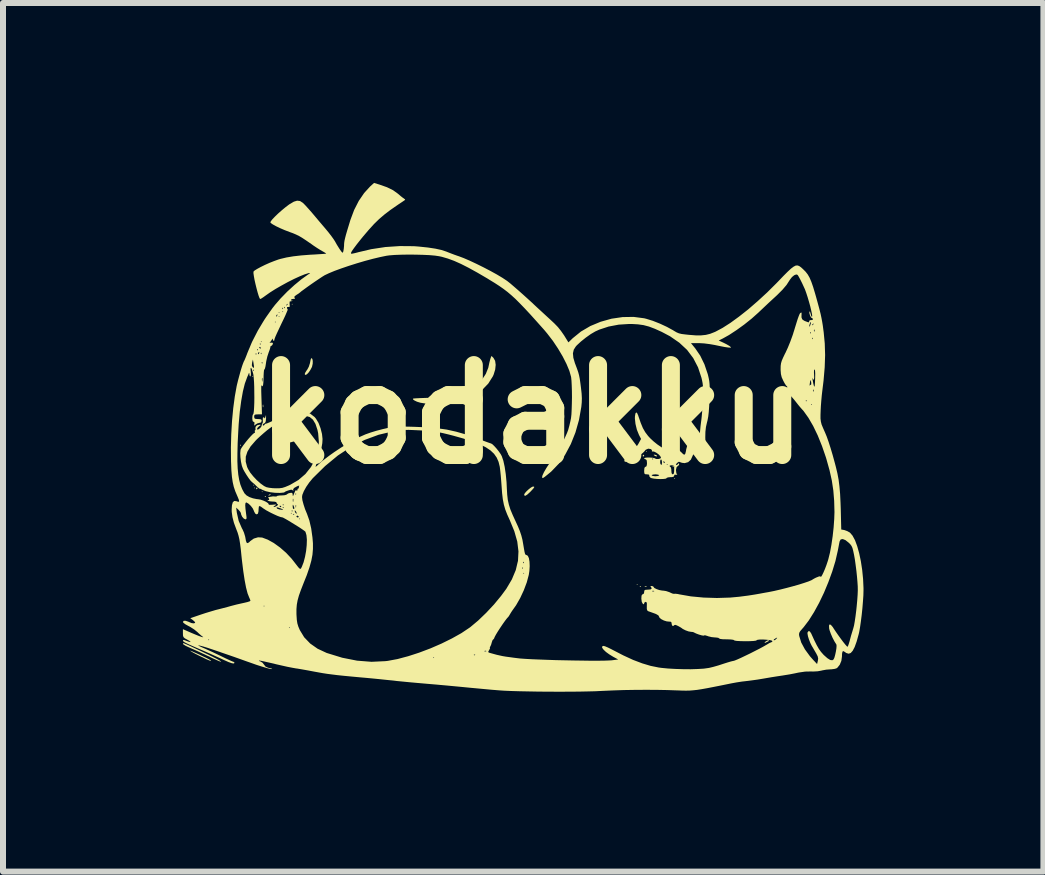
<source format=kicad_pcb>
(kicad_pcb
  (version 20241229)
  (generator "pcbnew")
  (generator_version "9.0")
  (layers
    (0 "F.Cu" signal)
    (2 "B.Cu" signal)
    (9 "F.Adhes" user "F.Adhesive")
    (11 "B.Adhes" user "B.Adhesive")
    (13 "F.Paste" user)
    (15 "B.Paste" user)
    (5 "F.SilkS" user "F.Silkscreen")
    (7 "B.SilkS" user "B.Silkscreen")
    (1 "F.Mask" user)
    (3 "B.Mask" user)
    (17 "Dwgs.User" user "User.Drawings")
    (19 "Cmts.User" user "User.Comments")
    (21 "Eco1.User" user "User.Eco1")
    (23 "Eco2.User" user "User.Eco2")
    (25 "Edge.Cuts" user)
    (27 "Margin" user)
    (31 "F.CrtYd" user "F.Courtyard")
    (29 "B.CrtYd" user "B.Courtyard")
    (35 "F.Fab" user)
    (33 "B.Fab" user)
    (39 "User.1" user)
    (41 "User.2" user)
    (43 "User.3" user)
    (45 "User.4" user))
  (footprint "kodakku"
    (layer "F.Cu")
    (at 5.815 3.859)
    (property "Reference" "kodakku" (at 0 0 0) (layer "F.SilkS") (effects (font (size 1.5 1.5) (thickness 0.3))))
    (attr board_only exclude_from_pos_files exclude_from_bom)
    (fp_poly (pts (xy -4.642 -0.633) (xy -4.65 -0.625) (xy -4.658 -0.633) (xy -4.65 -0.641)) (stroke (width 0) (type solid)) (fill yes) (layer "F.SilkS"))
    (fp_poly (pts (xy -4.627 1.18) (xy -4.635 1.188) (xy -4.642 1.18) (xy -4.635 1.172)) (stroke (width 0) (type solid)) (fill yes) (layer "F.SilkS"))
    (fp_poly (pts (xy -4.611 1.227) (xy -4.619 1.235) (xy -4.627 1.227) (xy -4.619 1.219)) (stroke (width 0) (type solid)) (fill yes) (layer "F.SilkS"))
    (fp_poly (pts (xy -4.486 1.29) (xy -4.494 1.297) (xy -4.502 1.29) (xy -4.494 1.282)) (stroke (width 0) (type solid)) (fill yes) (layer "F.SilkS"))
    (fp_poly (pts (xy -3.986 -1.837) (xy -3.994 -1.829) (xy -4.001 -1.837) (xy -3.994 -1.844)) (stroke (width 0) (type solid)) (fill yes) (layer "F.SilkS"))
    (fp_poly (pts (xy 1.766 2.837) (xy 1.758 2.845) (xy 1.751 2.837) (xy 1.758 2.829)) (stroke (width 0) (type solid)) (fill yes) (layer "F.SilkS"))
    (fp_poly (pts (xy 1.923 0.617) (xy 1.915 0.625) (xy 1.907 0.617) (xy 1.915 0.61)) (stroke (width 0) (type solid)) (fill yes) (layer "F.SilkS"))
    (fp_poly (pts (xy 2.392 1.071) (xy 2.384 1.079) (xy 2.376 1.071) (xy 2.384 1.063)) (stroke (width 0) (type solid)) (fill yes) (layer "F.SilkS"))
    (fp_poly (pts (xy -4.851 0.505) (xy -4.849 0.524) (xy -4.851 0.526) (xy -4.86 0.524) (xy -4.861 0.516) (xy -4.855 0.503)) (stroke (width 0) (type solid)) (fill yes) (layer "F.SilkS"))
    (fp_poly (pts (xy -4.476 -0.16) (xy -4.474 -0.128) (xy -4.476 -0.121) (xy -4.481 -0.119) (xy -4.484 -0.141) (xy -4.481 -0.163)) (stroke (width 0) (type solid)) (fill yes) (layer "F.SilkS"))
    (fp_poly (pts (xy -4.429 1.365) (xy -4.431 1.374) (xy -4.439 1.376) (xy -4.452 1.37) (xy -4.45 1.365) (xy -4.431 1.363)) (stroke (width 0) (type solid)) (fill yes) (layer "F.SilkS"))
    (fp_poly (pts (xy 1.824 2.866) (xy 1.821 2.875) (xy 1.813 2.876) (xy 1.8 2.87) (xy 1.803 2.866) (xy 1.821 2.864)) (stroke (width 0) (type solid)) (fill yes) (layer "F.SilkS"))
    (fp_poly (pts (xy 1.918 2.867) (xy 1.914 2.874) (xy 1.898 2.875) (xy 1.881 2.871) (xy 1.888 2.865) (xy 1.913 2.864)) (stroke (width 0) (type solid)) (fill yes) (layer "F.SilkS"))
    (fp_poly (pts (xy 2.371 0.865) (xy 2.369 0.874) (xy 2.36 0.875) (xy 2.347 0.87) (xy 2.35 0.865) (xy 2.368 0.863)) (stroke (width 0) (type solid)) (fill yes) (layer "F.SilkS"))
    (fp_poly (pts (xy -4.353 1.332) (xy -4.357 1.343) (xy -4.372 1.351) (xy -4.39 1.356) (xy -4.383 1.344) (xy -4.381 1.342) (xy -4.36 1.33)) (stroke (width 0) (type solid)) (fill yes) (layer "F.SilkS"))
    (fp_poly (pts (xy -4.57 1.229) (xy -4.572 1.235) (xy -4.586 1.25) (xy -4.589 1.25) (xy -4.595 1.238) (xy -4.595 1.235) (xy -4.583 1.22) (xy -4.579 1.219)) (stroke (width 0) (type solid)) (fill yes) (layer "F.SilkS"))
    (fp_poly (pts (xy 1.876 0.684) (xy 1.876 0.688) (xy 1.864 0.703) (xy 1.859 0.703) (xy 1.85 0.694) (xy 1.852 0.688) (xy 1.866 0.673) (xy 1.869 0.672)) (stroke (width 0) (type solid)) (fill yes) (layer "F.SilkS"))
    (fp_poly (pts (xy 2.079 0.68) (xy 2.087 0.688) (xy 2.088 0.702) (xy 2.069 0.699) (xy 2.048 0.688) (xy 2.033 0.676) (xy 2.047 0.672) (xy 2.051 0.672)) (stroke (width 0) (type solid)) (fill yes) (layer "F.SilkS"))
    (fp_poly (pts (xy 3.962 3.771) (xy 3.946 3.784) (xy 3.933 3.791) (xy 3.895 3.809) (xy 3.881 3.812) (xy 3.891 3.798) (xy 3.898 3.79) (xy 3.93 3.771) (xy 3.95 3.767)) (stroke (width 0) (type solid)) (fill yes) (layer "F.SilkS"))
    (fp_poly (pts (xy -2.87 0.737) (xy -2.847 0.757) (xy -2.845 0.766) (xy -2.857 0.779) (xy -2.894 0.774) (xy -2.923 0.764) (xy -2.949 0.751) (xy -2.948 0.741) (xy -2.935 0.733) (xy -2.903 0.728)) (stroke (width 0) (type solid)) (fill yes) (layer "F.SilkS"))
    (fp_poly (pts (xy -2.235 0.537) (xy -2.246 0.56) (xy -2.271 0.59) (xy -2.299 0.615) (xy -2.319 0.625) (xy -2.32 0.613) (xy -2.309 0.584) (xy -2.307 0.58) (xy -2.284 0.547) (xy -2.26 0.527) (xy -2.241 0.523)) (stroke (width 0) (type solid)) (fill yes) (layer "F.SilkS"))
    (fp_poly (pts (xy 0.041 1.206) (xy 0.043 1.215) (xy 0.028 1.237) (xy -0.006 1.274) (xy -0.021 1.29) (xy -0.072 1.337) (xy -0.105 1.358) (xy -0.123 1.352) (xy -0.125 1.338) (xy -0.114 1.315) (xy -0.085 1.282) (xy -0.047 1.247) (xy -0.01 1.219) (xy 0.019 1.204) (xy 0.023 1.204)) (stroke (width 0) (type solid)) (fill yes) (layer "F.SilkS"))
    (fp_poly (pts (xy -5.675 3.946) (xy -5.635 3.963) (xy -5.581 3.987) (xy -5.52 4.016) (xy -5.459 4.045) (xy -5.405 4.071) (xy -5.366 4.092) (xy -5.348 4.104) (xy -5.346 4.112) (xy -5.371 4.105) (xy -5.423 4.083) (xy -5.502 4.045) (xy -5.541 4.026) (xy -5.605 3.994) (xy -5.655 3.967) (xy -5.686 3.948) (xy -5.695 3.94) (xy -5.694 3.94)) (stroke (width 0) (type solid)) (fill yes) (layer "F.SilkS"))
    (fp_poly (pts (xy -3.657 -0.924) (xy -3.65 -0.89) (xy -3.651 -0.845) (xy -3.661 -0.799) (xy -3.665 -0.787) (xy -3.69 -0.74) (xy -3.718 -0.699) (xy -3.746 -0.67) (xy -3.768 -0.657) (xy -3.781 -0.664) (xy -3.783 -0.675) (xy -3.774 -0.698) (xy -3.752 -0.733) (xy -3.743 -0.744) (xy -3.716 -0.794) (xy -3.697 -0.853) (xy -3.694 -0.867) (xy -3.686 -0.909) (xy -3.677 -0.934) (xy -3.672 -0.938)) (stroke (width 0) (type solid)) (fill yes) (layer "F.SilkS"))
    (fp_poly (pts (xy -5.79 3.82) (xy -5.748 3.838) (xy -5.689 3.865) (xy -5.617 3.899) (xy -5.538 3.936) (xy -5.457 3.975) (xy -5.38 4.012) (xy -5.311 4.047) (xy -5.255 4.075) (xy -5.218 4.095) (xy -5.213 4.098) (xy -5.182 4.118) (xy -5.178 4.125) (xy -5.199 4.12) (xy -5.242 4.102) (xy -5.307 4.073) (xy -5.346 4.054) (xy -5.429 4.015) (xy -5.499 3.982) (xy -5.564 3.952) (xy -5.638 3.919) (xy -5.717 3.884) (xy -5.766 3.861) (xy -5.801 3.84) (xy -5.815 3.828) (xy -5.815 3.827) (xy -5.809 3.814) (xy -5.808 3.814)) (stroke (width 0) (type solid)) (fill yes) (layer "F.SilkS"))
    (fp_poly (pts (xy -0.636 -0.94) (xy -0.609 -0.892) (xy -0.6 -0.826) (xy -0.608 -0.748) (xy -0.633 -0.666) (xy -0.646 -0.636) (xy -0.723 -0.514) (xy -0.825 -0.408) (xy -0.949 -0.319) (xy -1.092 -0.25) (xy -1.25 -0.203) (xy -1.255 -0.202) (xy -1.351 -0.187) (xy -1.461 -0.178) (xy -1.577 -0.174) (xy -1.688 -0.175) (xy -1.786 -0.183) (xy -1.856 -0.194) (xy -1.912 -0.211) (xy -1.954 -0.231) (xy -1.978 -0.249) (xy -1.979 -0.262) (xy -1.961 -0.265) (xy -1.918 -0.268) (xy -1.854 -0.271) (xy -1.774 -0.274) (xy -1.702 -0.276) (xy -1.534 -0.283) (xy -1.392 -0.298) (xy -1.268 -0.321) (xy -1.159 -0.353) (xy -1.057 -0.396) (xy -1.007 -0.422) (xy -0.911 -0.49) (xy -0.829 -0.577) (xy -0.764 -0.676) (xy -0.723 -0.779) (xy -0.717 -0.807) (xy -0.705 -0.864) (xy -0.692 -0.914) (xy -0.685 -0.937) (xy -0.67 -0.974)) (stroke (width 0) (type solid)) (fill yes) (layer "F.SilkS"))
    (fp_poly (pts (xy -2.537 -3.831) (xy -2.412 -3.787) (xy -2.312 -3.738) (xy -2.234 -3.682) (xy -2.228 -3.677) (xy -2.186 -3.641) (xy -2.149 -3.612) (xy -2.133 -3.601) (xy -2.112 -3.585) (xy -2.11 -3.576) (xy -2.126 -3.565) (xy -2.161 -3.541) (xy -2.211 -3.508) (xy -2.243 -3.486) (xy -2.357 -3.407) (xy -2.455 -3.332) (xy -2.544 -3.256) (xy -2.629 -3.173) (xy -2.717 -3.076) (xy -2.815 -2.961) (xy -2.845 -2.924) (xy -2.915 -2.836) (xy -2.965 -2.769) (xy -2.998 -2.722) (xy -3.013 -2.692) (xy -3.012 -2.679) (xy -2.994 -2.679) (xy -2.955 -2.687) (xy -2.902 -2.7) (xy -2.897 -2.702) (xy -2.676 -2.754) (xy -2.439 -2.79) (xy -2.198 -2.806) (xy -1.963 -2.804) (xy -1.884 -2.798) (xy -1.731 -2.782) (xy -1.606 -2.763) (xy -1.505 -2.741) (xy -1.423 -2.714) (xy -1.406 -2.707) (xy -1.355 -2.687) (xy -1.289 -2.662) (xy -1.221 -2.638) (xy -1.219 -2.638) (xy -1.134 -2.606) (xy -1.032 -2.562) (xy -0.919 -2.509) (xy -0.802 -2.451) (xy -0.687 -2.391) (xy -0.58 -2.332) (xy -0.488 -2.277) (xy -0.417 -2.23) (xy -0.406 -2.222) (xy -0.36 -2.186) (xy -0.297 -2.132) (xy -0.222 -2.067) (xy -0.142 -1.996) (xy -0.06 -1.922) (xy 0.017 -1.852) (xy 0.031 -1.838) (xy 0.092 -1.781) (xy 0.165 -1.714) (xy 0.242 -1.643) (xy 0.303 -1.587) (xy 0.378 -1.517) (xy 0.438 -1.455) (xy 0.489 -1.391) (xy 0.54 -1.318) (xy 0.585 -1.245) (xy 0.613 -1.2) (xy 0.685 -1.27) (xy 0.822 -1.381) (xy 0.979 -1.473) (xy 1.15 -1.544) (xy 1.332 -1.595) (xy 1.517 -1.622) (xy 1.7 -1.625) (xy 1.876 -1.602) (xy 1.912 -1.593) (xy 2.019 -1.56) (xy 2.138 -1.513) (xy 2.256 -1.458) (xy 2.36 -1.401) (xy 2.379 -1.389) (xy 2.417 -1.367) (xy 2.455 -1.351) (xy 2.501 -1.34) (xy 2.565 -1.332) (xy 2.621 -1.326) (xy 2.735 -1.317) (xy 2.826 -1.317) (xy 2.904 -1.325) (xy 2.976 -1.343) (xy 3.05 -1.372) (xy 3.068 -1.38) (xy 3.184 -1.442) (xy 3.315 -1.526) (xy 3.458 -1.63) (xy 3.61 -1.75) (xy 3.767 -1.886) (xy 3.926 -2.032) (xy 4.083 -2.188) (xy 4.111 -2.217) (xy 4.199 -2.309) (xy 4.269 -2.379) (xy 4.324 -2.43) (xy 4.368 -2.463) (xy 4.403 -2.481) (xy 4.433 -2.483) (xy 4.461 -2.473) (xy 4.491 -2.452) (xy 4.525 -2.421) (xy 4.527 -2.419) (xy 4.568 -2.378) (xy 4.603 -2.333) (xy 4.634 -2.279) (xy 4.663 -2.211) (xy 4.693 -2.125) (xy 4.726 -2.015) (xy 4.742 -1.959) (xy 4.774 -1.843) (xy 4.799 -1.75) (xy 4.818 -1.674) (xy 4.832 -1.608) (xy 4.844 -1.544) (xy 4.855 -1.477) (xy 4.865 -1.399) (xy 4.869 -1.371) (xy 4.887 -1.183) (xy 4.893 -0.989) (xy 4.886 -0.785) (xy 4.867 -0.563) (xy 4.845 -0.383) (xy 4.837 -0.313) (xy 4.829 -0.225) (xy 4.822 -0.133) (xy 4.819 -0.074) (xy 4.816 0.008) (xy 4.816 0.069) (xy 4.822 0.119) (xy 4.834 0.168) (xy 4.857 0.224) (xy 4.89 0.299) (xy 4.894 0.308) (xy 4.92 0.371) (xy 4.951 0.459) (xy 4.985 0.565) (xy 5.02 0.683) (xy 5.054 0.807) (xy 5.072 0.875) (xy 5.098 0.984) (xy 5.118 1.091) (xy 5.132 1.203) (xy 5.143 1.327) (xy 5.15 1.471) (xy 5.154 1.581) (xy 5.162 1.92) (xy 5.213 1.929) (xy 5.263 1.947) (xy 5.307 1.972) (xy 5.35 2.022) (xy 5.391 2.098) (xy 5.428 2.198) (xy 5.461 2.316) (xy 5.489 2.449) (xy 5.511 2.593) (xy 5.526 2.744) (xy 5.533 2.896) (xy 5.533 2.937) (xy 5.531 3.019) (xy 5.524 3.118) (xy 5.515 3.229) (xy 5.503 3.344) (xy 5.489 3.454) (xy 5.475 3.552) (xy 5.461 3.631) (xy 5.453 3.665) (xy 5.419 3.787) (xy 5.386 3.879) (xy 5.353 3.942) (xy 5.32 3.979) (xy 5.285 3.991) (xy 5.246 3.979) (xy 5.219 3.96) (xy 5.196 3.947) (xy 5.182 3.957) (xy 5.175 3.994) (xy 5.174 4.037) (xy 5.164 4.11) (xy 5.137 4.175) (xy 5.098 4.224) (xy 5.08 4.236) (xy 5.047 4.245) (xy 4.998 4.251) (xy 4.976 4.252) (xy 4.911 4.257) (xy 4.845 4.269) (xy 4.83 4.273) (xy 4.769 4.284) (xy 4.694 4.288) (xy 4.658 4.287) (xy 4.561 4.289) (xy 4.459 4.304) (xy 4.447 4.306) (xy 4.381 4.32) (xy 4.298 4.336) (xy 4.212 4.35) (xy 4.181 4.355) (xy 4.094 4.368) (xy 3.993 4.384) (xy 3.894 4.401) (xy 3.853 4.408) (xy 3.769 4.422) (xy 3.683 4.434) (xy 3.607 4.444) (xy 3.572 4.448) (xy 3.503 4.456) (xy 3.419 4.469) (xy 3.337 4.484) (xy 3.322 4.487) (xy 3.165 4.519) (xy 3.034 4.545) (xy 2.926 4.566) (xy 2.836 4.582) (xy 2.76 4.594) (xy 2.693 4.601) (xy 2.631 4.606) (xy 2.571 4.607) (xy 2.508 4.606) (xy 2.438 4.603) (xy 2.399 4.602) (xy 2.258 4.597) (xy 2.093 4.594) (xy 1.913 4.593) (xy 1.725 4.594) (xy 1.539 4.597) (xy 1.361 4.603) (xy 1.2 4.61) (xy 1.157 4.612) (xy 1.056 4.617) (xy 0.932 4.62) (xy 0.788 4.623) (xy 0.63 4.624) (xy 0.463 4.625) (xy 0.292 4.624) (xy 0.121 4.623) (xy -0.043 4.62) (xy -0.197 4.617) (xy -0.336 4.613) (xy -0.453 4.608) (xy -0.545 4.602) (xy -0.555 4.601) (xy -0.666 4.592) (xy -0.795 4.58) (xy -0.925 4.568) (xy -1.043 4.557) (xy -1.063 4.555) (xy -1.176 4.544) (xy -1.303 4.532) (xy -1.43 4.52) (xy -1.543 4.51) (xy -1.563 4.508) (xy -1.75 4.492) (xy -1.91 4.478) (xy -2.044 4.466) (xy -2.156 4.455) (xy -2.249 4.446) (xy -2.313 4.438) (xy -2.366 4.433) (xy -2.444 4.425) (xy -2.54 4.415) (xy -2.651 4.404) (xy -2.768 4.393) (xy -2.86 4.385) (xy -3.011 4.371) (xy -3.136 4.359) (xy -3.241 4.348) (xy -3.329 4.337) (xy -3.407 4.327) (xy -3.479 4.316) (xy -3.552 4.303) (xy -3.629 4.289) (xy -3.65 4.285) (xy -3.735 4.269) (xy -3.825 4.253) (xy -3.907 4.239) (xy -3.931 4.236) (xy -3.992 4.225) (xy -4.074 4.209) (xy -4.167 4.188) (xy -4.264 4.166) (xy -4.298 4.157) (xy -4.381 4.138) (xy -4.452 4.122) (xy -4.507 4.11) (xy -4.54 4.105) (xy -4.548 4.105) (xy -4.541 4.114) (xy -4.52 4.121) (xy -4.488 4.141) (xy -4.462 4.174) (xy -4.437 4.206) (xy -4.395 4.225) (xy -4.373 4.23) (xy -4.339 4.238) (xy -4.327 4.245) (xy -4.331 4.247) (xy -4.359 4.245) (xy -4.413 4.231) (xy -4.491 4.208) (xy -4.59 4.176) (xy -4.706 4.135) (xy -4.752 4.119) (xy -4.802 4.101) (xy -4.875 4.075) (xy -4.965 4.043) (xy -5.066 4.008) (xy -5.171 3.972) (xy -5.204 3.96) (xy -5.317 3.922) (xy -5.41 3.891) (xy -5.482 3.869) (xy -5.532 3.856) (xy -5.557 3.851) (xy -5.557 3.856) (xy -5.53 3.87) (xy -5.475 3.895) (xy -5.462 3.9) (xy -5.404 3.926) (xy -5.329 3.96) (xy -5.245 4) (xy -5.169 4.036) (xy -5.1 4.07) (xy -5.039 4.098) (xy -4.995 4.118) (xy -4.972 4.126) (xy -4.97 4.127) (xy -4.956 4.139) (xy -4.955 4.144) (xy -4.966 4.154) (xy -4.998 4.15) (xy -5.055 4.13) (xy -5.136 4.094) (xy -5.174 4.076) (xy -5.246 4.043) (xy -5.334 4.003) (xy -5.424 3.963) (xy -5.479 3.939) (xy -5.586 3.893) (xy -5.668 3.857) (xy -5.728 3.83) (xy -5.769 3.81) (xy -5.795 3.796) (xy -5.809 3.785) (xy -5.814 3.776) (xy -5.815 3.773) (xy -5.808 3.762) (xy -5.784 3.766) (xy -5.76 3.776) (xy -5.712 3.793) (xy -5.689 3.797) (xy -5.692 3.788) (xy -5.722 3.768) (xy -5.739 3.759) (xy -5.393 3.759) (xy -5.385 3.767) (xy -5.377 3.759) (xy -5.385 3.751) (xy -5.393 3.759) (xy -5.739 3.759) (xy -5.74 3.758) (xy -5.784 3.734) (xy -5.806 3.713) (xy -5.814 3.686) (xy -5.815 3.651) (xy -5.815 3.582) (xy -5.678 3.642) (xy -5.606 3.672) (xy -5.546 3.696) (xy -5.503 3.711) (xy -5.479 3.717) (xy -5.478 3.712) (xy -5.486 3.707) (xy -5.51 3.688) (xy -5.547 3.656) (xy -5.575 3.629) (xy -5.628 3.586) (xy -5.675 3.556) (xy -4.048 3.556) (xy -4.041 3.564) (xy -4.033 3.556) (xy -4.041 3.548) (xy -4.048 3.556) (xy -5.675 3.556) (xy -5.692 3.545) (xy -5.728 3.526) (xy -5.773 3.501) (xy -5.805 3.477) (xy -5.815 3.462) (xy -5.803 3.443) (xy -5.771 3.442) (xy -5.723 3.458) (xy -5.715 3.462) (xy -5.671 3.48) (xy -5.634 3.485) (xy -5.613 3.478) (xy -5.611 3.471) (xy -5.623 3.453) (xy -5.651 3.429) (xy -5.652 3.428) (xy -5.692 3.399) (xy -5.523 3.341) (xy -5.438 3.313) (xy -5.349 3.286) (xy -5.268 3.262) (xy -5.228 3.252) (xy -5.208 3.247) (xy -3.922 3.247) (xy -3.922 3.327) (xy -3.921 3.347) (xy -3.916 3.426) (xy -3.907 3.485) (xy -3.891 3.538) (xy -3.866 3.597) (xy -3.793 3.717) (xy -3.693 3.821) (xy -3.569 3.908) (xy -3.423 3.976) (xy -3.416 3.979) (xy -3.159 4.058) (xy -2.911 4.107) (xy -2.671 4.126) (xy -2.438 4.115) (xy -2.397 4.11) (xy -2.236 4.08) (xy -2.147 4.056) (xy -1.641 4.056) (xy -1.633 4.064) (xy -1.626 4.056) (xy -1.633 4.048) (xy -1.641 4.056) (xy -2.147 4.056) (xy -2.06 4.033) (xy -1.979 4.007) (xy -0.964 4.007) (xy -0.962 4.016) (xy -0.953 4.017) (xy -0.941 4.011) (xy -0.943 4.007) (xy -0.962 4.005) (xy -0.964 4.007) (xy -1.979 4.007) (xy -1.875 3.973) (xy -1.817 3.951) (xy -0.79 3.951) (xy -0.775 3.953) (xy -0.755 3.95) (xy -0.755 3.945) (xy -0.775 3.941) (xy -0.784 3.944) (xy -0.79 3.951) (xy -1.817 3.951) (xy -1.687 3.902) (xy -1.503 3.822) (xy -1.329 3.736) (xy -1.172 3.648) (xy -1.039 3.559) (xy -1.021 3.546) (xy -0.892 3.438) (xy -0.758 3.309) (xy -0.628 3.17) (xy -0.51 3.027) (xy -0.423 2.909) (xy -0.33 2.752) (xy -0.287 2.649) (xy -0.141 2.649) (xy -0.133 2.657) (xy -0.125 2.649) (xy -0.133 2.642) (xy -0.141 2.649) (xy -0.287 2.649) (xy -0.265 2.597) (xy -0.257 2.563) (xy -0.156 2.563) (xy -0.151 2.576) (xy -0.146 2.574) (xy -0.144 2.555) (xy -0.146 2.553) (xy -0.155 2.555) (xy -0.156 2.563) (xy -0.257 2.563) (xy -0.235 2.47) (xy -0.141 2.47) (xy -0.135 2.483) (xy -0.13 2.48) (xy -0.128 2.462) (xy -0.13 2.459) (xy -0.14 2.461) (xy -0.141 2.47) (xy -0.235 2.47) (xy -0.228 2.443) (xy -0.22 2.285) (xy -0.24 2.121) (xy -0.289 1.949) (xy -0.364 1.766) (xy -0.408 1.669) (xy -0.441 1.584) (xy -0.464 1.503) (xy -0.481 1.415) (xy -0.493 1.314) (xy -0.501 1.204) (xy -0.508 1.111) (xy -0.515 1.023) (xy -0.523 0.945) (xy -0.53 0.888) (xy -0.532 0.873) (xy -0.552 0.792) (xy -0.583 0.721) (xy -0.627 0.658) (xy -0.687 0.601) (xy -0.765 0.549) (xy -0.863 0.5) (xy -0.985 0.452) (xy -1.132 0.405) (xy -1.306 0.356) (xy -1.383 0.336) (xy -1.479 0.313) (xy -1.562 0.296) (xy -1.643 0.284) (xy -1.733 0.275) (xy -1.842 0.268) (xy -1.865 0.267) (xy -1.97 0.262) (xy -2.051 0.259) (xy -2.118 0.26) (xy -2.179 0.264) (xy -2.242 0.272) (xy -2.31 0.283) (xy -2.551 0.34) (xy -2.784 0.426) (xy -3.011 0.541) (xy -3.231 0.686) (xy -3.444 0.862) (xy -3.65 1.065) (xy -3.708 1.135) (xy -3.759 1.209) (xy -3.799 1.281) (xy -3.824 1.343) (xy -3.829 1.378) (xy -3.823 1.431) (xy -3.804 1.502) (xy -3.778 1.582) (xy -3.746 1.659) (xy -3.707 1.769) (xy -3.676 1.903) (xy -3.655 2.054) (xy -3.647 2.149) (xy -3.647 2.245) (xy -3.655 2.34) (xy -3.674 2.44) (xy -3.705 2.551) (xy -3.749 2.679) (xy -3.803 2.814) (xy -3.848 2.929) (xy -3.881 3.022) (xy -3.903 3.102) (xy -3.916 3.174) (xy -3.922 3.247) (xy -5.208 3.247) (xy -5.15 3.232) (xy -5.066 3.21) (xy -5.017 3.196) (xy -4.47 3.196) (xy -4.463 3.204) (xy -4.455 3.196) (xy -4.463 3.189) (xy -4.47 3.196) (xy -5.017 3.196) (xy -4.994 3.19) (xy -4.921 3.171) (xy -4.842 3.153) (xy -4.787 3.141) (xy -4.737 3.129) (xy -4.701 3.117) (xy -4.689 3.108) (xy -4.696 3.085) (xy -4.711 3.051) (xy -4.737 2.985) (xy -4.762 2.889) (xy -4.786 2.764) (xy -4.809 2.612) (xy -4.831 2.433) (xy -4.838 2.368) (xy -4.85 2.249) (xy -4.862 2.156) (xy -4.874 2.082) (xy -4.888 2.022) (xy -4.904 1.969) (xy -4.922 1.923) (xy -4.964 1.81) (xy -4.989 1.714) (xy -5.001 1.627) (xy -5.002 1.591) (xy -5 1.555) (xy -4.927 1.555) (xy -4.916 1.641) (xy -4.885 1.777) (xy -4.831 1.901) (xy -4.823 1.914) (xy -4.797 1.972) (xy -4.778 2.035) (xy -4.775 2.049) (xy -4.764 2.11) (xy -4.751 2.142) (xy -4.733 2.147) (xy -4.707 2.129) (xy -4.693 2.114) (xy -4.633 2.071) (xy -4.562 2.05) (xy -4.494 2.054) (xy -4.401 2.089) (xy -4.3 2.145) (xy -4.196 2.22) (xy -4.095 2.308) (xy -4.004 2.405) (xy -3.97 2.448) (xy -3.922 2.51) (xy -3.89 2.551) (xy -3.869 2.572) (xy -3.856 2.577) (xy -3.846 2.569) (xy -3.836 2.549) (xy -3.833 2.544) (xy -3.803 2.467) (xy -3.779 2.376) (xy -3.761 2.278) (xy -3.751 2.181) (xy -3.748 2.091) (xy -3.755 2.015) (xy -3.771 1.961) (xy -3.774 1.955) (xy -3.791 1.941) (xy -3.828 1.915) (xy -3.879 1.881) (xy -3.94 1.843) (xy -4.002 1.805) (xy -4.061 1.769) (xy -4.106 1.743) (xy -3.876 1.743) (xy -3.869 1.751) (xy -3.861 1.743) (xy -3.869 1.735) (xy -3.876 1.743) (xy -4.106 1.743) (xy -4.11 1.741) (xy -4.143 1.723) (xy -4.153 1.719) (xy -4.186 1.712) (xy -4.208 1.704) (xy -3.923 1.704) (xy -3.911 1.717) (xy -3.899 1.719) (xy -3.883 1.712) (xy -3.884 1.704) (xy -3.904 1.689) (xy -3.909 1.688) (xy -3.923 1.7) (xy -3.923 1.704) (xy -4.208 1.704) (xy -4.238 1.693) (xy -4.3 1.665) (xy -4.306 1.662) (xy -3.981 1.662) (xy -3.978 1.671) (xy -3.97 1.672) (xy -3.957 1.667) (xy -3.96 1.662) (xy -3.978 1.66) (xy -3.981 1.662) (xy -4.306 1.662) (xy -4.333 1.649) (xy -4.017 1.649) (xy -4.009 1.657) (xy -4.001 1.649) (xy -4.009 1.641) (xy -4.017 1.649) (xy -4.333 1.649) (xy -4.365 1.633) (xy -4.407 1.61) (xy -4.001 1.61) (xy -3.996 1.623) (xy -3.991 1.62) (xy -3.991 1.618) (xy -3.95 1.618) (xy -3.938 1.643) (xy -3.923 1.657) (xy -3.922 1.657) (xy -3.918 1.646) (xy -3.927 1.626) (xy -3.943 1.604) (xy -3.95 1.601) (xy -3.95 1.618) (xy -3.991 1.618) (xy -3.989 1.602) (xy -3.991 1.6) (xy -4 1.602) (xy -4.001 1.61) (xy -4.407 1.61) (xy -4.424 1.601) (xy -4.469 1.572) (xy -4.483 1.562) (xy -4.252 1.562) (xy -4.252 1.562) (xy -4.237 1.576) (xy -4.198 1.587) (xy -4.15 1.592) (xy -4.144 1.588) (xy -4.163 1.578) (xy -4.181 1.57) (xy -4.224 1.555) (xy -4.233 1.553) (xy -4.153 1.553) (xy -4.15 1.562) (xy -4.142 1.563) (xy -4.129 1.557) (xy -4.132 1.553) (xy -4.15 1.551) (xy -4.153 1.553) (xy -4.233 1.553) (xy -4.244 1.549) (xy -4.251 1.552) (xy -4.252 1.562) (xy -4.483 1.562) (xy -4.513 1.54) (xy -4.537 1.528) (xy -4.549 1.539) (xy -4.553 1.576) (xy -4.555 1.618) (xy -4.564 1.655) (xy -4.584 1.668) (xy -4.608 1.656) (xy -4.628 1.62) (xy -4.631 1.61) (xy -4.65 1.569) (xy -4.682 1.527) (xy -4.719 1.491) (xy -4.752 1.471) (xy -4.762 1.469) (xy -4.772 1.48) (xy -4.776 1.515) (xy -4.772 1.575) (xy -4.761 1.663) (xy -4.76 1.669) (xy -4.754 1.717) (xy -4.756 1.742) (xy -4.767 1.75) (xy -4.772 1.751) (xy -4.8 1.738) (xy -4.827 1.707) (xy -4.844 1.67) (xy -4.846 1.656) (xy -4.856 1.629) (xy -4.883 1.597) (xy -4.886 1.593) (xy -4.927 1.555) (xy -5 1.555) (xy -4.997 1.514) (xy -4.983 1.465) (xy -4.959 1.444) (xy -4.923 1.448) (xy -4.918 1.45) (xy -4.89 1.459) (xy -4.878 1.452) (xy -4.882 1.426) (xy -4.902 1.376) (xy -4.909 1.36) (xy -4.942 1.283) (xy -4.967 1.208) (xy -4.985 1.129) (xy -4.998 1.04) (xy -5.007 0.934) (xy -5.012 0.805) (xy -5.013 0.782) (xy -4.907 0.782) (xy -4.902 0.902) (xy -4.892 1.005) (xy -4.877 1.093) (xy -4.857 1.17) (xy -4.83 1.239) (xy -4.819 1.262) (xy -4.789 1.316) (xy -4.755 1.351) (xy -4.707 1.379) (xy -4.647 1.4) (xy -4.584 1.413) (xy -4.563 1.415) (xy -4.521 1.422) (xy -4.474 1.438) (xy -4.43 1.458) (xy -4.398 1.479) (xy -4.383 1.498) (xy -4.386 1.504) (xy -4.377 1.508) (xy -4.346 1.508) (xy -4.319 1.507) (xy -4.275 1.503) (xy -4.259 1.505) (xy -4.266 1.513) (xy -4.283 1.523) (xy -4.304 1.539) (xy -4.3 1.546) (xy -4.298 1.546) (xy -4.268 1.537) (xy -4.257 1.531) (xy -4.205 1.531) (xy -4.193 1.547) (xy -4.189 1.547) (xy -4.174 1.542) (xy -4.173 1.541) (xy -4.177 1.536) (xy -3.985 1.536) (xy -3.981 1.567) (xy -3.97 1.579) (xy -3.956 1.57) (xy -3.956 1.567) (xy -3.962 1.544) (xy -3.967 1.532) (xy -3.936 1.532) (xy -3.934 1.554) (xy -3.929 1.551) (xy -3.927 1.519) (xy -3.929 1.512) (xy -3.934 1.51) (xy -3.936 1.532) (xy -3.967 1.532) (xy -3.97 1.524) (xy -3.98 1.505) (xy -3.984 1.514) (xy -3.985 1.536) (xy -4.177 1.536) (xy -4.184 1.527) (xy -4.189 1.524) (xy -4.203 1.525) (xy -4.205 1.531) (xy -4.257 1.531) (xy -4.245 1.524) (xy -4.228 1.507) (xy -4.229 1.506) (xy -4.153 1.506) (xy -4.15 1.515) (xy -4.142 1.516) (xy -4.129 1.51) (xy -4.132 1.506) (xy -4.15 1.504) (xy -4.153 1.506) (xy -4.229 1.506) (xy -4.233 1.501) (xy -4.249 1.488) (xy -4.252 1.477) (xy -4.261 1.462) (xy -4.293 1.455) (xy -4.321 1.454) (xy -4.366 1.45) (xy -4.396 1.44) (xy -4.402 1.436) (xy -4.402 1.43) (xy -3.983 1.43) (xy -3.981 1.457) (xy -3.976 1.459) (xy -3.976 1.458) (xy -3.973 1.427) (xy -3.975 1.411) (xy -3.98 1.405) (xy -3.983 1.425) (xy -3.983 1.43) (xy -4.402 1.43) (xy -4.403 1.425) (xy -4.395 1.429) (xy -4.379 1.427) (xy -4.377 1.416) (xy -4.387 1.393) (xy -4.396 1.39) (xy -4.396 1.385) (xy -4.372 1.377) (xy -4.361 1.375) (xy -4.316 1.368) (xy -4.281 1.369) (xy -4.279 1.369) (xy -4.256 1.371) (xy -4.252 1.365) (xy -4.237 1.358) (xy -4.201 1.353) (xy -4.173 1.352) (xy -4.125 1.349) (xy -4.092 1.341) (xy -4.083 1.335) (xy -4.06 1.319) (xy -4.029 1.31) (xy -3.998 1.308) (xy -3.986 1.323) (xy -3.985 1.343) (xy -3.982 1.362) (xy -3.976 1.357) (xy -3.964 1.329) (xy -3.939 1.329) (xy -3.933 1.341) (xy -3.929 1.339) (xy -3.927 1.32) (xy -3.929 1.318) (xy -3.938 1.32) (xy -3.939 1.329) (xy -3.964 1.329) (xy -3.963 1.325) (xy -3.959 1.315) (xy -3.942 1.275) (xy -3.929 1.262) (xy -3.922 1.268) (xy -3.911 1.279) (xy -3.908 1.262) (xy -3.899 1.239) (xy -3.889 1.235) (xy -3.879 1.229) (xy -3.882 1.225) (xy -3.882 1.206) (xy -3.875 1.194) (xy -3.877 1.188) (xy -3.901 1.195) (xy -3.922 1.205) (xy -3.962 1.228) (xy -3.977 1.25) (xy -3.976 1.262) (xy -3.972 1.279) (xy -3.982 1.269) (xy -3.997 1.257) (xy -4.022 1.258) (xy -4.062 1.27) (xy -4.1 1.284) (xy -4.12 1.296) (xy -4.12 1.298) (xy -4.131 1.303) (xy -4.165 1.307) (xy -4.201 1.31) (xy -4.279 1.308) (xy -4.361 1.298) (xy -4.434 1.281) (xy -4.489 1.259) (xy -4.497 1.255) (xy -4.523 1.241) (xy -4.533 1.241) (xy -4.543 1.236) (xy -4.568 1.215) (xy -4.589 1.196) (xy -4.625 1.161) (xy -4.655 1.136) (xy -4.664 1.129) (xy -4.686 1.107) (xy -4.718 1.065) (xy -4.754 1.011) (xy -4.79 0.952) (xy -4.812 0.911) (xy -4.832 0.858) (xy -4.847 0.789) (xy -4.847 0.789) (xy -4.768 0.789) (xy -4.745 0.876) (xy -4.73 0.909) (xy -4.695 0.968) (xy -4.643 1.033) (xy -4.583 1.097) (xy -4.52 1.153) (xy -4.462 1.195) (xy -4.423 1.214) (xy -4.378 1.224) (xy -4.317 1.231) (xy -4.262 1.233) (xy -4.205 1.232) (xy -4.158 1.226) (xy -4.11 1.211) (xy -4.048 1.185) (xy -4.023 1.173) (xy -3.888 1.094) (xy -3.773 0.995) (xy -3.68 0.878) (xy -3.61 0.749) (xy -3.566 0.61) (xy -3.548 0.464) (xy -3.56 0.316) (xy -3.572 0.258) (xy -3.605 0.159) (xy -3.647 0.089) (xy -3.7 0.045) (xy -3.766 0.026) (xy -3.833 0.027) (xy -3.877 0.033) (xy -3.903 0.038) (xy -3.908 0.041) (xy -3.9 0.056) (xy -3.882 0.088) (xy -3.876 0.097) (xy -3.849 0.167) (xy -3.844 0.244) (xy -3.858 0.32) (xy -3.889 0.387) (xy -3.936 0.438) (xy -3.955 0.449) (xy -4.025 0.468) (xy -4.096 0.461) (xy -4.161 0.429) (xy -4.217 0.377) (xy -4.257 0.309) (xy -4.273 0.251) (xy -4.282 0.212) (xy -4.293 0.189) (xy -4.296 0.188) (xy -4.319 0.198) (xy -4.358 0.225) (xy -4.41 0.264) (xy -4.467 0.312) (xy -4.525 0.363) (xy -4.579 0.413) (xy -4.605 0.44) (xy -4.687 0.535) (xy -4.74 0.623) (xy -4.767 0.706) (xy -4.768 0.789) (xy -4.847 0.789) (xy -4.856 0.716) (xy -4.859 0.647) (xy -4.854 0.594) (xy -4.851 0.582) (xy -4.834 0.553) (xy -4.804 0.511) (xy -4.766 0.461) (xy -4.725 0.411) (xy -4.684 0.365) (xy -4.65 0.33) (xy -4.627 0.311) (xy -4.62 0.309) (xy -4.613 0.305) (xy -4.616 0.292) (xy -4.617 0.27) (xy -4.611 0.266) (xy -4.603 0.254) (xy -4.606 0.242) (xy -4.604 0.21) (xy -4.58 0.183) (xy -4.543 0.173) (xy -4.543 0.173) (xy -4.52 0.174) (xy -4.522 0.182) (xy -4.545 0.198) (xy -4.571 0.224) (xy -4.58 0.245) (xy -4.571 0.255) (xy -4.551 0.247) (xy -4.527 0.228) (xy -4.508 0.204) (xy -4.502 0.185) (xy -4.495 0.157) (xy -4.489 0.15) (xy -4.482 0.131) (xy -4.483 0.095) (xy -4.483 0.094) (xy -4.483 0.059) (xy -4.472 0.047) (xy -4.455 0.059) (xy -4.453 0.066) (xy -4.449 0.067) (xy -4.44 0.044) (xy -4.439 0.039) (xy -4.432 0.016) (xy -4.429 0.018) (xy -4.429 0.049) (xy -4.429 0.067) (xy -4.434 0.116) (xy -4.446 0.142) (xy -4.459 0.15) (xy -4.481 0.164) (xy -4.485 0.18) (xy -4.47 0.188) (xy -4.455 0.176) (xy -4.455 0.172) (xy -4.442 0.158) (xy -4.432 0.156) (xy -4.409 0.149) (xy -4.366 0.131) (xy -4.311 0.105) (xy -4.288 0.093) (xy -4.135 0.021) (xy -3.999 -0.025) (xy -3.88 -0.046) (xy -3.778 -0.041) (xy -3.691 -0.011) (xy -3.619 0.045) (xy -3.596 0.073) (xy -3.554 0.143) (xy -3.52 0.232) (xy -3.496 0.327) (xy -3.487 0.411) (xy -3.491 0.481) (xy -3.506 0.567) (xy -3.528 0.659) (xy -3.554 0.744) (xy -3.572 0.788) (xy -3.591 0.834) (xy -3.602 0.865) (xy -3.603 0.875) (xy -3.588 0.865) (xy -3.561 0.841) (xy -3.552 0.832) (xy -3.509 0.793) (xy -3.446 0.743) (xy -3.371 0.686) (xy -3.291 0.629) (xy -3.214 0.578) (xy -3.173 0.551) (xy -3.051 0.478) (xy -2.949 0.419) (xy -2.858 0.372) (xy -2.772 0.334) (xy -2.685 0.303) (xy -2.59 0.274) (xy -2.479 0.245) (xy -2.456 0.24) (xy -2.4 0.227) (xy -2.351 0.217) (xy -2.305 0.21) (xy -2.255 0.206) (xy -2.195 0.204) (xy -2.12 0.204) (xy -2.022 0.206) (xy -1.954 0.208) (xy -1.756 0.216) (xy -1.579 0.231) (xy -1.416 0.254) (xy -1.259 0.289) (xy -1.097 0.335) (xy -0.923 0.395) (xy -0.85 0.423) (xy -0.784 0.448) (xy -0.729 0.468) (xy -0.692 0.481) (xy -0.679 0.485) (xy -0.658 0.496) (xy -0.625 0.527) (xy -0.586 0.57) (xy -0.548 0.618) (xy -0.516 0.664) (xy -0.498 0.698) (xy -0.472 0.774) (xy -0.45 0.875) (xy -0.432 0.996) (xy -0.419 1.131) (xy -0.414 1.235) (xy -0.408 1.338) (xy -0.398 1.426) (xy -0.38 1.506) (xy -0.354 1.588) (xy -0.315 1.681) (xy -0.275 1.768) (xy -0.229 1.868) (xy -0.196 1.949) (xy -0.172 2.021) (xy -0.154 2.091) (xy -0.141 2.165) (xy -0.128 2.242) (xy -0.119 2.293) (xy -0.111 2.324) (xy -0.103 2.339) (xy -0.093 2.344) (xy -0.087 2.345) (xy -0.064 2.359) (xy -0.046 2.399) (xy -0.036 2.457) (xy -0.033 2.53) (xy -0.038 2.61) (xy -0.048 2.676) (xy -0.081 2.8) (xy -0.131 2.933) (xy -0.192 3.064) (xy -0.26 3.183) (xy -0.326 3.276) (xy -0.343 3.302) (xy -0.36 3.33) (xy -0.378 3.361) (xy -0.389 3.376) (xy -0.412 3.401) (xy -0.445 3.444) (xy -0.484 3.499) (xy -0.525 3.56) (xy -0.564 3.62) (xy -0.596 3.673) (xy -0.618 3.714) (xy -0.625 3.733) (xy -0.635 3.75) (xy -0.64 3.751) (xy -0.652 3.765) (xy -0.664 3.798) (xy -0.665 3.802) (xy -0.677 3.844) (xy -0.691 3.872) (xy -0.691 3.873) (xy -0.699 3.889) (xy -0.696 3.892) (xy -0.695 3.903) (xy -0.709 3.93) (xy -0.724 3.957) (xy -0.719 3.97) (xy -0.699 3.977) (xy -0.583 4.009) (xy -0.489 4.03) (xy -0.43 4.04) (xy -0.37 4.048) (xy -0.298 4.058) (xy -0.25 4.064) (xy -0.191 4.071) (xy -0.106 4.077) (xy 0.000466 4.083) (xy 0.124 4.088) (xy 0.26 4.093) (xy 0.404 4.098) (xy 0.552 4.101) (xy 0.7 4.104) (xy 0.843 4.106) (xy 0.977 4.108) (xy 1.098 4.108) (xy 1.201 4.107) (xy 1.282 4.104) (xy 1.337 4.101) (xy 1.343 4.1) (xy 1.443 4.087) (xy 1.361 4.043) (xy 1.294 4.002) (xy 1.239 3.962) (xy 1.199 3.924) (xy 1.176 3.893) (xy 1.174 3.871) (xy 1.195 3.861) (xy 1.2 3.861) (xy 1.225 3.868) (xy 1.27 3.887) (xy 1.325 3.914) (xy 1.344 3.924) (xy 1.528 4.019) (xy 1.693 4.095) (xy 1.844 4.152) (xy 1.984 4.194) (xy 2.118 4.221) (xy 2.162 4.227) (xy 2.274 4.238) (xy 2.398 4.245) (xy 2.527 4.249) (xy 2.653 4.25) (xy 2.77 4.246) (xy 2.87 4.24) (xy 2.948 4.229) (xy 2.956 4.228) (xy 3.027 4.211) (xy 3.111 4.187) (xy 3.191 4.161) (xy 3.203 4.157) (xy 3.266 4.137) (xy 3.32 4.121) (xy 3.357 4.112) (xy 3.365 4.111) (xy 3.388 4.104) (xy 3.434 4.085) (xy 3.496 4.057) (xy 3.569 4.022) (xy 3.648 3.984) (xy 3.728 3.943) (xy 3.803 3.905) (xy 3.867 3.87) (xy 3.916 3.842) (xy 3.923 3.838) (xy 3.963 3.814) (xy 3.994 3.8) (xy 4.002 3.798) (xy 4.014 3.787) (xy 4.013 3.779) (xy 3.996 3.769) (xy 3.974 3.765) (xy 4.035 3.765) (xy 4.046 3.767) (xy 4.066 3.756) (xy 4.082 3.741) (xy 4.094 3.724) (xy 4.085 3.725) (xy 4.068 3.734) (xy 4.039 3.753) (xy 4.035 3.765) (xy 3.974 3.765) (xy 3.958 3.762) (xy 3.907 3.757) (xy 3.852 3.754) (xy 3.802 3.755) (xy 3.766 3.759) (xy 3.751 3.767) (xy 3.751 3.767) (xy 3.736 3.774) (xy 3.694 3.779) (xy 3.628 3.782) (xy 3.564 3.783) (xy 3.481 3.781) (xy 3.421 3.778) (xy 3.385 3.772) (xy 3.376 3.767) (xy 3.362 3.759) (xy 3.322 3.754) (xy 3.262 3.751) (xy 3.251 3.751) (xy 3.189 3.75) (xy 3.146 3.745) (xy 3.127 3.737) (xy 3.126 3.736) (xy 3.112 3.726) (xy 3.077 3.721) (xy 3.058 3.72) (xy 2.999 3.714) (xy 2.942 3.7) (xy 2.933 3.696) (xy 2.897 3.685) (xy 2.878 3.685) (xy 2.876 3.687) (xy 2.863 3.69) (xy 2.831 3.684) (xy 2.8 3.675) (xy 4.458 3.675) (xy 4.462 3.698) (xy 4.495 3.805) (xy 4.556 3.918) (xy 4.64 4.033) (xy 4.694 4.094) (xy 4.759 4.163) (xy 4.772 4.109) (xy 4.777 4.071) (xy 4.769 4.034) (xy 4.745 3.987) (xy 4.741 3.98) (xy 4.711 3.929) (xy 4.684 3.882) (xy 4.672 3.863) (xy 4.647 3.813) (xy 4.624 3.755) (xy 4.607 3.7) (xy 4.599 3.655) (xy 4.6 3.636) (xy 4.618 3.613) (xy 4.639 3.62) (xy 4.663 3.657) (xy 4.668 3.669) (xy 4.715 3.772) (xy 4.754 3.85) (xy 4.789 3.911) (xy 4.824 3.96) (xy 4.862 4.003) (xy 4.869 4.011) (xy 4.931 4.066) (xy 4.979 4.096) (xy 5.014 4.1) (xy 5.034 4.086) (xy 5.047 4.059) (xy 5.06 4.013) (xy 5.072 3.958) (xy 5.081 3.904) (xy 5.084 3.86) (xy 5.081 3.837) (xy 5.05 3.788) (xy 5.017 3.725) (xy 4.988 3.658) (xy 4.967 3.599) (xy 4.96 3.57) (xy 4.958 3.522) (xy 4.968 3.502) (xy 4.989 3.51) (xy 5.02 3.546) (xy 5.039 3.576) (xy 5.071 3.624) (xy 5.11 3.68) (xy 5.152 3.738) (xy 5.193 3.793) (xy 5.229 3.838) (xy 5.255 3.867) (xy 5.266 3.876) (xy 5.275 3.862) (xy 5.288 3.826) (xy 5.304 3.773) (xy 5.306 3.763) (xy 5.325 3.692) (xy 5.347 3.62) (xy 5.363 3.567) (xy 5.375 3.522) (xy 5.387 3.454) (xy 5.4 3.367) (xy 5.412 3.271) (xy 5.419 3.205) (xy 5.429 3.096) (xy 5.435 3.009) (xy 5.438 2.936) (xy 5.437 2.867) (xy 5.432 2.793) (xy 5.425 2.71) (xy 5.415 2.613) (xy 5.402 2.512) (xy 5.389 2.418) (xy 5.376 2.345) (xy 5.361 2.274) (xy 5.348 2.226) (xy 5.332 2.192) (xy 5.31 2.163) (xy 5.284 2.138) (xy 5.232 2.097) (xy 5.187 2.079) (xy 5.154 2.085) (xy 5.136 2.114) (xy 5.136 2.114) (xy 5.129 2.145) (xy 5.119 2.198) (xy 5.107 2.261) (xy 5.103 2.28) (xy 5.065 2.446) (xy 5.012 2.62) (xy 4.947 2.798) (xy 4.874 2.974) (xy 4.793 3.143) (xy 4.708 3.298) (xy 4.621 3.436) (xy 4.535 3.549) (xy 4.512 3.575) (xy 4.477 3.616) (xy 4.461 3.645) (xy 4.458 3.675) (xy 2.8 3.675) (xy 2.79 3.672) (xy 2.749 3.657) (xy 2.718 3.643) (xy 2.709 3.637) (xy 2.687 3.629) (xy 2.656 3.626) (xy 2.615 3.619) (xy 2.565 3.601) (xy 2.52 3.578) (xy 2.501 3.564) (xy 2.483 3.552) (xy 2.449 3.533) (xy 2.44 3.528) (xy 2.402 3.511) (xy 2.381 3.512) (xy 2.374 3.52) (xy 2.357 3.53) (xy 2.349 3.527) (xy 2.339 3.513) (xy 2.334 3.491) (xy 2.331 3.469) (xy 2.316 3.457) (xy 2.294 3.456) (xy 2.252 3.452) (xy 2.204 3.437) (xy 2.161 3.415) (xy 2.132 3.391) (xy 2.126 3.376) (xy 2.113 3.352) (xy 2.073 3.329) (xy 2.052 3.321) (xy 2.002 3.303) (xy 1.96 3.288) (xy 1.947 3.284) (xy 1.928 3.271) (xy 1.92 3.246) (xy 1.92 3.199) (xy 1.921 3.153) (xy 1.914 3.131) (xy 1.9 3.126) (xy 1.879 3.139) (xy 1.876 3.152) (xy 1.872 3.168) (xy 1.855 3.159) (xy 1.852 3.157) (xy 1.836 3.127) (xy 1.829 3.075) (xy 1.829 3.07) (xy 1.832 3.024) (xy 1.843 3.003) (xy 1.852 3.001) (xy 1.871 2.988) (xy 1.876 2.962) (xy 1.877 2.95) (xy 2.008 2.95) (xy 2.023 2.953) (xy 2.043 2.95) (xy 2.043 2.945) (xy 2.022 2.941) (xy 2.013 2.944) (xy 2.008 2.95) (xy 1.877 2.95) (xy 1.879 2.937) (xy 1.895 2.926) (xy 1.933 2.923) (xy 1.938 2.923) (xy 1.983 2.919) (xy 2 2.905) (xy 2.001 2.901) (xy 1.989 2.876) (xy 1.981 2.871) (xy 1.979 2.864) (xy 1.997 2.862) (xy 2.024 2.867) (xy 2.032 2.877) (xy 2.046 2.895) (xy 2.081 2.913) (xy 2.127 2.929) (xy 2.175 2.938) (xy 2.192 2.939) (xy 2.24 2.946) (xy 2.294 2.964) (xy 2.305 2.969) (xy 2.344 2.987) (xy 2.372 2.993) (xy 2.377 2.992) (xy 2.399 2.991) (xy 2.439 2.996) (xy 2.46 3.001) (xy 2.655 3.035) (xy 2.867 3.055) (xy 3.089 3.062) (xy 3.31 3.055) (xy 3.462 3.041) (xy 3.538 3.031) (xy 3.601 3.023) (xy 3.66 3.014) (xy 3.723 3.004) (xy 3.797 2.991) (xy 3.889 2.974) (xy 3.947 2.964) (xy 4.042 2.945) (xy 4.146 2.921) (xy 4.253 2.894) (xy 4.358 2.866) (xy 4.457 2.838) (xy 4.545 2.81) (xy 4.616 2.786) (xy 4.666 2.765) (xy 4.689 2.751) (xy 4.707 2.74) (xy 4.742 2.722) (xy 4.755 2.717) (xy 4.795 2.701) (xy 4.815 2.703) (xy 4.818 2.708) (xy 4.827 2.707) (xy 4.843 2.682) (xy 4.865 2.637) (xy 4.89 2.579) (xy 4.915 2.513) (xy 4.938 2.444) (xy 4.947 2.414) (xy 4.974 2.305) (xy 4.998 2.175) (xy 5.019 2.031) (xy 5.035 1.885) (xy 5.045 1.744) (xy 5.049 1.629) (xy 5.044 1.442) (xy 5.03 1.27) (xy 5.005 1.104) (xy 4.967 0.933) (xy 4.915 0.747) (xy 4.906 0.717) (xy 4.841 0.528) (xy 4.77 0.352) (xy 4.694 0.194) (xy 4.615 0.058) (xy 4.535 -0.054) (xy 4.485 -0.11) (xy 4.462 -0.137) (xy 4.44 -0.164) (xy 4.658 -0.164) (xy 4.666 -0.156) (xy 4.674 -0.164) (xy 4.666 -0.172) (xy 4.658 -0.164) (xy 4.44 -0.164) (xy 4.43 -0.177) (xy 4.415 -0.196) (xy 4.389 -0.229) (xy 4.569 -0.229) (xy 4.572 -0.22) (xy 4.58 -0.219) (xy 4.593 -0.225) (xy 4.59 -0.229) (xy 4.572 -0.231) (xy 4.569 -0.229) (xy 4.389 -0.229) (xy 4.38 -0.24) (xy 4.347 -0.279) (xy 4.336 -0.29) (xy 4.287 -0.347) (xy 4.261 -0.397) (xy 4.261 -0.4) (xy 4.69 -0.4) (xy 4.693 -0.38) (xy 4.699 -0.379) (xy 4.702 -0.4) (xy 4.7 -0.409) (xy 4.693 -0.415) (xy 4.69 -0.4) (xy 4.261 -0.4) (xy 4.259 -0.437) (xy 4.262 -0.462) (xy 4.255 -0.469) (xy 4.241 -0.482) (xy 4.239 -0.485) (xy 4.634 -0.485) (xy 4.636 -0.478) (xy 4.637 -0.481) (xy 4.651 -0.494) (xy 4.656 -0.493) (xy 4.662 -0.501) (xy 4.661 -0.531) (xy 4.661 -0.533) (xy 4.655 -0.566) (xy 4.65 -0.571) (xy 4.643 -0.547) (xy 4.638 -0.516) (xy 4.634 -0.485) (xy 4.239 -0.485) (xy 4.219 -0.516) (xy 4.196 -0.559) (xy 4.172 -0.612) (xy 4.68 -0.612) (xy 4.682 -0.592) (xy 4.683 -0.586) (xy 4.696 -0.514) (xy 4.707 -0.472) (xy 4.714 -0.46) (xy 4.72 -0.479) (xy 4.724 -0.528) (xy 4.727 -0.608) (xy 4.728 -0.68) (xy 4.725 -0.728) (xy 4.718 -0.749) (xy 4.716 -0.75) (xy 4.708 -0.736) (xy 4.707 -0.695) (xy 4.709 -0.664) (xy 4.711 -0.615) (xy 4.707 -0.585) (xy 4.698 -0.577) (xy 4.687 -0.595) (xy 4.683 -0.606) (xy 4.68 -0.612) (xy 4.172 -0.612) (xy 4.169 -0.619) (xy 4.156 -0.673) (xy 4.151 -0.738) (xy 4.151 -0.758) (xy 4.152 -0.809) (xy 4.158 -0.852) (xy 4.17 -0.894) (xy 4.192 -0.945) (xy 4.225 -1.014) (xy 4.231 -1.024) (xy 4.271 -1.111) (xy 4.312 -1.211) (xy 4.332 -1.266) (xy 4.674 -1.266) (xy 4.679 -1.253) (xy 4.684 -1.256) (xy 4.686 -1.274) (xy 4.684 -1.277) (xy 4.675 -1.274) (xy 4.674 -1.266) (xy 4.332 -1.266) (xy 4.347 -1.307) (xy 4.36 -1.345) (xy 4.364 -1.36) (xy 4.642 -1.36) (xy 4.648 -1.347) (xy 4.653 -1.349) (xy 4.655 -1.368) (xy 4.653 -1.37) (xy 4.643 -1.368) (xy 4.642 -1.36) (xy 4.364 -1.36) (xy 4.377 -1.4) (xy 4.706 -1.4) (xy 4.709 -1.38) (xy 4.714 -1.38) (xy 4.718 -1.401) (xy 4.716 -1.41) (xy 4.709 -1.416) (xy 4.706 -1.4) (xy 4.377 -1.4) (xy 4.393 -1.453) (xy 4.398 -1.469) (xy 4.629 -1.469) (xy 4.633 -1.461) (xy 4.642 -1.477) (xy 4.645 -1.486) (xy 4.677 -1.486) (xy 4.68 -1.485) (xy 4.694 -1.496) (xy 4.697 -1.501) (xy 4.701 -1.515) (xy 4.699 -1.516) (xy 4.685 -1.505) (xy 4.681 -1.501) (xy 4.677 -1.486) (xy 4.645 -1.486) (xy 4.654 -1.514) (xy 4.656 -1.532) (xy 4.652 -1.541) (xy 4.642 -1.524) (xy 4.631 -1.488) (xy 4.629 -1.469) (xy 4.398 -1.469) (xy 4.418 -1.534) (xy 4.437 -1.594) (xy 4.452 -1.635) (xy 4.463 -1.662) (xy 4.471 -1.679) (xy 4.479 -1.689) (xy 4.483 -1.692) (xy 4.498 -1.699) (xy 4.501 -1.681) (xy 4.5 -1.671) (xy 4.499 -1.618) (xy 4.511 -1.585) (xy 4.541 -1.563) (xy 4.558 -1.555) (xy 4.6 -1.539) (xy 4.62 -1.534) (xy 4.626 -1.54) (xy 4.627 -1.554) (xy 4.639 -1.571) (xy 4.658 -1.571) (xy 4.684 -1.575) (xy 4.689 -1.587) (xy 4.68 -1.605) (xy 4.671 -1.606) (xy 4.657 -1.617) (xy 4.643 -1.646) (xy 4.632 -1.68) (xy 4.63 -1.709) (xy 4.634 -1.716) (xy 4.642 -1.709) (xy 4.651 -1.679) (xy 4.652 -1.675) (xy 4.662 -1.641) (xy 4.673 -1.626) (xy 4.674 -1.626) (xy 4.678 -1.639) (xy 4.673 -1.677) (xy 4.661 -1.733) (xy 4.645 -1.802) (xy 4.624 -1.877) (xy 4.602 -1.952) (xy 4.579 -2.023) (xy 4.557 -2.084) (xy 4.545 -2.11) (xy 4.51 -2.186) (xy 4.477 -2.252) (xy 4.45 -2.301) (xy 4.435 -2.325) (xy 4.412 -2.333) (xy 4.378 -2.32) (xy 4.34 -2.289) (xy 4.306 -2.245) (xy 4.299 -2.234) (xy 4.25 -2.158) (xy 4.182 -2.078) (xy 4.093 -1.989) (xy 4.064 -1.962) (xy 4.015 -1.917) (xy 3.951 -1.858) (xy 3.879 -1.79) (xy 3.806 -1.721) (xy 3.783 -1.699) (xy 3.67 -1.598) (xy 3.545 -1.498) (xy 3.416 -1.405) (xy 3.291 -1.323) (xy 3.189 -1.266) (xy 3.119 -1.231) (xy 3.197 -1.195) (xy 3.247 -1.17) (xy 3.29 -1.145) (xy 3.306 -1.134) (xy 3.323 -1.118) (xy 3.32 -1.112) (xy 3.294 -1.113) (xy 3.267 -1.116) (xy 3.219 -1.123) (xy 3.152 -1.136) (xy 3.079 -1.151) (xy 3.056 -1.156) (xy 2.97 -1.171) (xy 2.876 -1.183) (xy 2.792 -1.188) (xy 2.785 -1.188) (xy 2.656 -1.188) (xy 2.729 -1.098) (xy 2.811 -0.978) (xy 2.881 -0.834) (xy 2.935 -0.674) (xy 2.94 -0.656) (xy 2.952 -0.604) (xy 2.961 -0.557) (xy 2.966 -0.508) (xy 2.969 -0.45) (xy 2.968 -0.376) (xy 2.966 -0.28) (xy 2.965 -0.259) (xy 2.96 -0.137) (xy 2.953 -0.041) (xy 2.944 0.038) (xy 2.931 0.106) (xy 2.924 0.131) (xy 2.906 0.211) (xy 2.897 0.291) (xy 2.895 0.383) (xy 2.896 0.415) (xy 2.897 0.488) (xy 2.896 0.537) (xy 2.891 0.569) (xy 2.881 0.592) (xy 2.865 0.612) (xy 2.862 0.616) (xy 2.825 0.645) (xy 2.778 0.656) (xy 2.758 0.656) (xy 2.715 0.659) (xy 2.693 0.67) (xy 2.683 0.693) (xy 2.654 0.756) (xy 2.609 0.797) (xy 2.552 0.813) (xy 2.55 0.813) (xy 2.507 0.808) (xy 2.477 0.798) (xy 2.474 0.796) (xy 2.454 0.79) (xy 2.426 0.809) (xy 2.424 0.811) (xy 2.405 0.835) (xy 2.41 0.844) (xy 2.414 0.844) (xy 2.438 0.833) (xy 2.442 0.825) (xy 2.451 0.815) (xy 2.459 0.825) (xy 2.457 0.845) (xy 2.439 0.859) (xy 2.416 0.882) (xy 2.407 0.923) (xy 2.407 0.937) (xy 2.412 0.978) (xy 2.423 1.004) (xy 2.427 1.007) (xy 2.43 1.011) (xy 2.411 1.007) (xy 2.383 1.006) (xy 2.376 1.023) (xy 2.367 1.04) (xy 2.335 1.047) (xy 2.313 1.047) (xy 2.274 1.051) (xy 2.252 1.059) (xy 2.251 1.063) (xy 2.237 1.072) (xy 2.2 1.077) (xy 2.15 1.079) (xy 2.093 1.077) (xy 2.04 1.072) (xy 1.999 1.064) (xy 1.98 1.056) (xy 1.961 1.032) (xy 1.961 1.017) (xy 1.961 1.016) (xy 2.001 1.016) (xy 2.015 1.026) (xy 2.049 1.031) (xy 2.063 1.032) (xy 2.102 1.028) (xy 2.124 1.02) (xy 2.126 1.016) (xy 2.112 1.006) (xy 2.077 1.001) (xy 2.063 1) (xy 2.024 1.004) (xy 2.002 1.012) (xy 2.001 1.016) (xy 1.961 1.016) (xy 1.956 1.005) (xy 1.924 1) (xy 1.924 1) (xy 1.893 0.998) (xy 1.879 0.985) (xy 1.876 0.952) (xy 1.876 0.938) (xy 1.88 0.894) (xy 1.892 0.876) (xy 1.899 0.875) (xy 1.915 0.865) (xy 1.916 0.861) (xy 2.298 0.861) (xy 2.31 0.875) (xy 2.313 0.875) (xy 2.323 0.889) (xy 2.329 0.924) (xy 2.329 0.938) (xy 2.333 0.981) (xy 2.346 0.999) (xy 2.352 1) (xy 2.369 0.99) (xy 2.375 0.956) (xy 2.376 0.938) (xy 2.376 0.895) (xy 2.376 0.867) (xy 2.376 0.864) (xy 2.363 0.854) (xy 2.337 0.849) (xy 2.308 0.852) (xy 2.298 0.861) (xy 1.916 0.861) (xy 1.922 0.831) (xy 1.923 0.813) (xy 1.921 0.792) (xy 2.142 0.792) (xy 2.145 0.821) (xy 2.152 0.834) (xy 2.165 0.843) (xy 2.169 0.836) (xy 2.251 0.836) (xy 2.259 0.844) (xy 2.266 0.836) (xy 2.259 0.828) (xy 2.251 0.836) (xy 2.169 0.836) (xy 2.171 0.83) (xy 2.173 0.797) (xy 2.172 0.791) (xy 2.194 0.791) (xy 2.196 0.797) (xy 2.21 0.812) (xy 2.213 0.813) (xy 2.219 0.801) (xy 2.22 0.797) (xy 2.208 0.782) (xy 2.203 0.782) (xy 2.194 0.791) (xy 2.172 0.791) (xy 2.168 0.764) (xy 2.157 0.75) (xy 2.157 0.75) (xy 2.146 0.763) (xy 2.142 0.792) (xy 1.921 0.792) (xy 1.919 0.769) (xy 1.906 0.751) (xy 1.899 0.75) (xy 1.878 0.742) (xy 1.878 0.74) (xy 2.006 0.74) (xy 2.008 0.749) (xy 2.016 0.75) (xy 2.029 0.745) (xy 2.027 0.74) (xy 2.008 0.738) (xy 2.006 0.74) (xy 1.878 0.74) (xy 1.876 0.735) (xy 1.889 0.725) (xy 1.924 0.72) (xy 1.969 0.72) (xy 2.013 0.723) (xy 2.048 0.73) (xy 2.059 0.737) (xy 2.082 0.745) (xy 2.116 0.744) (xy 2.145 0.736) (xy 2.157 0.723) (xy 2.144 0.696) (xy 2.114 0.665) (xy 2.076 0.638) (xy 2.039 0.62) (xy 2.014 0.619) (xy 2.014 0.619) (xy 2.003 0.621) (xy 2.007 0.613) (xy 2.003 0.593) (xy 1.986 0.579) (xy 1.944 0.572) (xy 1.902 0.59) (xy 1.88 0.616) (xy 1.856 0.641) (xy 1.813 0.675) (xy 1.757 0.712) (xy 1.699 0.746) (xy 1.647 0.773) (xy 1.608 0.787) (xy 1.607 0.787) (xy 1.562 0.791) (xy 1.543 0.779) (xy 1.552 0.752) (xy 1.588 0.709) (xy 1.633 0.666) (xy 1.693 0.607) (xy 1.745 0.544) (xy 1.778 0.494) (xy 1.824 0.41) (xy 1.789 0.342) (xy 1.754 0.255) (xy 1.731 0.159) (xy 1.721 0.068) (xy 1.722 0.035) (xy 1.73 -0.014) (xy 1.743 -0.033) (xy 1.759 -0.02) (xy 1.778 0.023) (xy 1.78 0.031) (xy 1.818 0.141) (xy 1.854 0.228) (xy 1.894 0.298) (xy 1.941 0.36) (xy 1.977 0.399) (xy 2.034 0.452) (xy 2.096 0.502) (xy 2.152 0.54) (xy 2.157 0.543) (xy 2.21 0.578) (xy 2.256 0.615) (xy 2.279 0.64) (xy 2.309 0.676) (xy 2.329 0.684) (xy 2.344 0.665) (xy 2.353 0.637) (xy 2.376 0.594) (xy 2.409 0.579) (xy 2.451 0.593) (xy 2.495 0.632) (xy 2.527 0.664) (xy 2.548 0.673) (xy 2.562 0.655) (xy 2.573 0.61) (xy 2.577 0.583) (xy 2.593 0.524) (xy 2.619 0.491) (xy 2.653 0.487) (xy 2.673 0.496) (xy 2.713 0.521) (xy 2.735 0.535) (xy 2.763 0.545) (xy 2.778 0.541) (xy 2.784 0.521) (xy 2.791 0.477) (xy 2.797 0.416) (xy 2.801 0.362) (xy 2.808 0.279) (xy 2.816 0.195) (xy 2.825 0.123) (xy 2.829 0.094) (xy 2.835 0.041) (xy 2.842 -0.035) (xy 2.848 -0.124) (xy 2.853 -0.217) (xy 2.855 -0.243) (xy 2.858 -0.34) (xy 2.859 -0.413) (xy 2.856 -0.471) (xy 2.85 -0.522) (xy 2.84 -0.573) (xy 2.831 -0.611) (xy 2.774 -0.784) (xy 2.694 -0.938) (xy 2.591 -1.075) (xy 2.462 -1.195) (xy 2.307 -1.302) (xy 2.169 -1.375) (xy 2.054 -1.427) (xy 1.956 -1.464) (xy 1.865 -1.488) (xy 1.772 -1.501) (xy 1.668 -1.507) (xy 1.626 -1.507) (xy 1.452 -1.496) (xy 1.283 -1.464) (xy 1.128 -1.413) (xy 1.06 -1.382) (xy 0.985 -1.338) (xy 0.902 -1.279) (xy 0.821 -1.214) (xy 0.754 -1.152) (xy 0.736 -1.132) (xy 0.702 -1.079) (xy 0.688 -1.018) (xy 0.695 -0.943) (xy 0.722 -0.851) (xy 0.729 -0.834) (xy 0.757 -0.759) (xy 0.777 -0.701) (xy 0.791 -0.648) (xy 0.802 -0.592) (xy 0.812 -0.523) (xy 0.822 -0.445) (xy 0.833 -0.347) (xy 0.837 -0.268) (xy 0.835 -0.197) (xy 0.828 -0.125) (xy 0.789 0.094) (xy 0.73 0.302) (xy 0.653 0.495) (xy 0.56 0.67) (xy 0.452 0.823) (xy 0.33 0.95) (xy 0.314 0.964) (xy 0.263 1.006) (xy 0.221 1.04) (xy 0.193 1.059) (xy 0.185 1.063) (xy 0.173 1.051) (xy 0.18 1.018) (xy 0.205 0.964) (xy 0.247 0.892) (xy 0.305 0.804) (xy 0.379 0.702) (xy 0.383 0.696) (xy 0.421 0.639) (xy 0.465 0.562) (xy 0.511 0.476) (xy 0.554 0.39) (xy 0.589 0.312) (xy 0.608 0.263) (xy 0.628 0.19) (xy 0.647 0.109) (xy 0.656 0.063) (xy 0.663 0.001) (xy 0.667 -0.082) (xy 0.67 -0.179) (xy 0.672 -0.283) (xy 0.671 -0.387) (xy 0.668 -0.482) (xy 0.664 -0.562) (xy 0.658 -0.62) (xy 0.657 -0.625) (xy 0.629 -0.725) (xy 0.581 -0.84) (xy 0.517 -0.966) (xy 0.44 -1.096) (xy 0.354 -1.225) (xy 0.26 -1.347) (xy 0.21 -1.407) (xy 0.085 -1.547) (xy -0.022 -1.666) (xy -0.115 -1.766) (xy -0.197 -1.851) (xy -0.27 -1.924) (xy -0.338 -1.986) (xy -0.403 -2.041) (xy -0.47 -2.092) (xy -0.54 -2.141) (xy -0.617 -2.191) (xy -0.704 -2.244) (xy -0.739 -2.266) (xy -0.905 -2.363) (xy -1.05 -2.443) (xy -1.178 -2.508) (xy -1.292 -2.559) (xy -1.398 -2.598) (xy -1.498 -2.627) (xy -1.545 -2.637) (xy -1.613 -2.647) (xy -1.705 -2.655) (xy -1.815 -2.66) (xy -1.934 -2.663) (xy -2.057 -2.664) (xy -2.176 -2.662) (xy -2.283 -2.658) (xy -2.373 -2.651) (xy -2.423 -2.644) (xy -2.529 -2.622) (xy -2.65 -2.593) (xy -2.781 -2.558) (xy -2.916 -2.518) (xy -3.049 -2.476) (xy -3.175 -2.433) (xy -3.287 -2.392) (xy -3.381 -2.353) (xy -3.451 -2.32) (xy -3.454 -2.318) (xy -3.493 -2.294) (xy -3.547 -2.258) (xy -3.611 -2.215) (xy -3.679 -2.168) (xy -3.744 -2.122) (xy -3.8 -2.081) (xy -3.841 -2.051) (xy -3.857 -2.037) (xy -3.885 -2.015) (xy -3.923 -1.991) (xy -3.923 -1.99) (xy -3.953 -1.969) (xy -3.957 -1.95) (xy -3.952 -1.943) (xy -3.945 -1.928) (xy -3.964 -1.926) (xy -3.97 -1.926) (xy -4.001 -1.921) (xy -4.014 -1.909) (xy -4.013 -1.895) (xy -4.001 -1.899) (xy -3.988 -1.903) (xy -3.992 -1.894) (xy -4.014 -1.883) (xy -4.022 -1.885) (xy -4.035 -1.881) (xy -4.037 -1.853) (xy -4.036 -1.837) (xy -4.034 -1.801) (xy -4.041 -1.789) (xy -4.054 -1.791) (xy -4.076 -1.79) (xy -4.08 -1.776) (xy -4.073 -1.754) (xy -4.067 -1.751) (xy -4.07 -1.737) (xy -4.085 -1.701) (xy -4.109 -1.645) (xy -4.142 -1.575) (xy -4.176 -1.505) (xy -4.214 -1.424) (xy -4.247 -1.354) (xy -4.272 -1.298) (xy -4.286 -1.261) (xy -4.289 -1.248) (xy -4.293 -1.231) (xy -4.298 -1.227) (xy -4.311 -1.231) (xy -4.315 -1.246) (xy -4.317 -1.264) (xy -4.325 -1.256) (xy -4.333 -1.243) (xy -4.354 -1.212) (xy -4.367 -1.199) (xy -4.368 -1.192) (xy -4.349 -1.196) (xy -4.322 -1.195) (xy -4.313 -1.178) (xy -4.326 -1.154) (xy -4.341 -1.142) (xy -4.359 -1.129) (xy -4.358 -1.126) (xy -4.358 -1.113) (xy -4.368 -1.078) (xy -4.384 -1.036) (xy -4.407 -0.966) (xy -4.425 -0.889) (xy -4.431 -0.848) (xy -4.439 -0.797) (xy -4.448 -0.762) (xy -4.456 -0.75) (xy -4.463 -0.736) (xy -4.467 -0.697) (xy -4.47 -0.641) (xy -4.47 -0.61) (xy -4.473 -0.538) (xy -4.478 -0.49) (xy -4.487 -0.468) (xy -4.499 -0.473) (xy -4.506 -0.488) (xy -4.508 -0.48) (xy -4.509 -0.446) (xy -4.509 -0.389) (xy -4.507 -0.316) (xy -4.505 -0.254) (xy -4.497 0) (xy -4.562 0) (xy -4.603 0.002) (xy -4.622 0.011) (xy -4.627 0.033) (xy -4.627 0.039) (xy -4.623 0.064) (xy -4.607 0.075) (xy -4.57 0.078) (xy -4.564 0.078) (xy -4.523 0.081) (xy -4.505 0.091) (xy -4.502 0.109) (xy -4.512 0.135) (xy -4.536 0.141) (xy -4.573 0.151) (xy -4.601 0.168) (xy -4.623 0.186) (xy -4.627 0.181) (xy -4.623 0.16) (xy -4.622 0.132) (xy -4.636 0.125) (xy -4.652 0.113) (xy -4.658 0.073) (xy -4.658 0.063) (xy -4.655 0.023) (xy -4.648 0.002) (xy -4.645 0) (xy -4.638 -0.015) (xy -4.632 -0.055) (xy -4.628 -0.116) (xy -4.625 -0.192) (xy -4.624 -0.278) (xy -4.625 -0.368) (xy -4.626 -0.457) (xy -4.629 -0.539) (xy -4.632 -0.578) (xy -4.498 -0.578) (xy -4.496 -0.55) (xy -4.492 -0.547) (xy -4.491 -0.551) (xy -4.488 -0.591) (xy -4.491 -0.606) (xy -4.495 -0.611) (xy -4.498 -0.589) (xy -4.498 -0.578) (xy -4.632 -0.578) (xy -4.634 -0.609) (xy -4.64 -0.662) (xy -4.646 -0.688) (xy -4.658 -0.726) (xy -4.66 -0.735) (xy -4.642 -0.735) (xy -4.637 -0.722) (xy -4.632 -0.724) (xy -4.63 -0.743) (xy -4.632 -0.745) (xy -4.641 -0.743) (xy -4.642 -0.735) (xy -4.66 -0.735) (xy -4.665 -0.751) (xy -4.665 -0.753) (xy -4.676 -0.772) (xy -4.68 -0.776) (xy -4.686 -0.771) (xy -4.687 -0.74) (xy -4.684 -0.716) (xy -4.681 -0.669) (xy -4.686 -0.638) (xy -4.69 -0.633) (xy -4.701 -0.639) (xy -4.706 -0.667) (xy -4.709 -0.691) (xy -4.715 -0.689) (xy -4.715 -0.688) (xy -4.727 -0.658) (xy -4.745 -0.617) (xy -4.746 -0.613) (xy -4.783 -0.512) (xy -4.815 -0.382) (xy -4.843 -0.225) (xy -4.867 -0.044) (xy -4.885 0.161) (xy -4.892 0.281) (xy -4.902 0.475) (xy -4.906 0.641) (xy -4.907 0.782) (xy -5.013 0.782) (xy -5.013 0.774) (xy -5.015 0.553) (xy -5.009 0.329) (xy -4.996 0.108) (xy -4.976 -0.103) (xy -4.95 -0.298) (xy -4.919 -0.47) (xy -4.914 -0.492) (xy -4.896 -0.566) (xy -4.875 -0.644) (xy -4.854 -0.721) (xy -4.833 -0.79) (xy -4.824 -0.817) (xy -4.666 -0.817) (xy -4.655 -0.791) (xy -4.637 -0.775) (xy -4.63 -0.78) (xy -4.631 -0.808) (xy -4.637 -0.846) (xy -4.639 -0.86) (xy -4.502 -0.86) (xy -4.496 -0.847) (xy -4.491 -0.849) (xy -4.489 -0.868) (xy -4.491 -0.87) (xy -4.501 -0.868) (xy -4.502 -0.86) (xy -4.639 -0.86) (xy -4.648 -0.914) (xy -4.661 -0.863) (xy -4.666 -0.817) (xy -4.824 -0.817) (xy -4.814 -0.845) (xy -4.801 -0.878) (xy -4.798 -0.884) (xy -4.787 -0.905) (xy -4.769 -0.948) (xy -4.747 -1.004) (xy -4.745 -1.011) (xy -4.606 -1.011) (xy -4.604 -1.001) (xy -4.595 -1) (xy -4.583 -1.006) (xy -4.585 -1.011) (xy -4.604 -1.013) (xy -4.606 -1.011) (xy -4.745 -1.011) (xy -4.743 -1.015) (xy -4.564 -1.015) (xy -4.559 -1.001) (xy -4.548 -1.013) (xy -4.546 -1.016) (xy -4.517 -1.016) (xy -4.512 -1.003) (xy -4.507 -1.006) (xy -4.505 -1.024) (xy -4.507 -1.026) (xy -4.516 -1.024) (xy -4.517 -1.016) (xy -4.546 -1.016) (xy -4.543 -1.025) (xy -4.541 -1.041) (xy -4.549 -1.039) (xy -4.564 -1.019) (xy -4.564 -1.015) (xy -4.743 -1.015) (xy -4.743 -1.016) (xy -4.717 -1.079) (xy -4.58 -1.079) (xy -4.574 -1.066) (xy -4.569 -1.068) (xy -4.568 -1.087) (xy -4.569 -1.089) (xy -4.579 -1.087) (xy -4.58 -1.079) (xy -4.717 -1.079) (xy -4.701 -1.116) (xy -4.543 -1.116) (xy -4.541 -1.11) (xy -4.527 -1.095) (xy -4.524 -1.094) (xy -4.517 -1.106) (xy -4.517 -1.11) (xy -4.529 -1.125) (xy -4.534 -1.125) (xy -4.543 -1.116) (xy -4.701 -1.116) (xy -4.678 -1.172) (xy -4.533 -1.172) (xy -4.527 -1.159) (xy -4.523 -1.162) (xy -4.521 -1.18) (xy -4.523 -1.183) (xy -4.532 -1.181) (xy -4.533 -1.172) (xy -4.678 -1.172) (xy -4.665 -1.202) (xy -4.661 -1.211) (xy -4.517 -1.211) (xy -4.509 -1.204) (xy -4.502 -1.211) (xy -4.509 -1.219) (xy -4.517 -1.211) (xy -4.661 -1.211) (xy -4.566 -1.396) (xy -4.48 -1.54) (xy -4.283 -1.54) (xy -4.275 -1.532) (xy -4.267 -1.54) (xy -4.275 -1.547) (xy -4.283 -1.54) (xy -4.48 -1.54) (xy -4.45 -1.588) (xy -4.423 -1.628) (xy -4.263 -1.628) (xy -4.254 -1.633) (xy -4.22 -1.633) (xy -4.212 -1.626) (xy -4.205 -1.633) (xy -4.212 -1.641) (xy -4.22 -1.633) (xy -4.254 -1.633) (xy -4.252 -1.635) (xy -4.25 -1.637) (xy -4.237 -1.658) (xy -4.239 -1.665) (xy -4.251 -1.66) (xy -4.258 -1.646) (xy -4.263 -1.628) (xy -4.423 -1.628) (xy -4.375 -1.696) (xy -4.22 -1.696) (xy -4.212 -1.688) (xy -4.205 -1.696) (xy -4.212 -1.704) (xy -4.22 -1.696) (xy -4.375 -1.696) (xy -4.364 -1.712) (xy -4.158 -1.712) (xy -4.15 -1.704) (xy -4.142 -1.712) (xy -4.15 -1.719) (xy -4.158 -1.712) (xy -4.364 -1.712) (xy -4.325 -1.766) (xy -4.158 -1.766) (xy -4.152 -1.753) (xy -4.147 -1.756) (xy -4.145 -1.774) (xy -4.147 -1.777) (xy -4.157 -1.775) (xy -4.158 -1.766) (xy -4.325 -1.766) (xy -4.323 -1.77) (xy -4.313 -1.782) (xy -4.127 -1.782) (xy -4.121 -1.769) (xy -4.116 -1.771) (xy -4.114 -1.79) (xy -4.116 -1.792) (xy -4.125 -1.79) (xy -4.127 -1.782) (xy -4.313 -1.782) (xy -4.288 -1.814) (xy -4.091 -1.814) (xy -4.089 -1.813) (xy -4.075 -1.824) (xy -4.072 -1.829) (xy -4.068 -1.843) (xy -4.07 -1.844) (xy -4.084 -1.833) (xy -4.087 -1.829) (xy -4.091 -1.814) (xy -4.288 -1.814) (xy -4.283 -1.821) (xy -4.187 -1.932) (xy -4.075 -2.047) (xy -3.956 -2.156) (xy -3.837 -2.254) (xy -3.736 -2.326) (xy -3.703 -2.348) (xy -3.695 -2.357) (xy -3.71 -2.356) (xy -3.726 -2.353) (xy -3.787 -2.334) (xy -3.868 -2.301) (xy -3.964 -2.257) (xy -4.067 -2.205) (xy -4.171 -2.148) (xy -4.272 -2.09) (xy -4.362 -2.033) (xy -4.433 -1.983) (xy -4.476 -1.952) (xy -4.51 -1.93) (xy -4.527 -1.923) (xy -4.537 -1.937) (xy -4.552 -1.976) (xy -4.569 -2.032) (xy -4.587 -2.099) (xy -4.605 -2.172) (xy -4.621 -2.243) (xy -4.632 -2.305) (xy -4.639 -2.353) (xy -4.638 -2.38) (xy -4.638 -2.381) (xy -4.619 -2.399) (xy -4.577 -2.425) (xy -4.518 -2.457) (xy -4.447 -2.492) (xy -4.371 -2.526) (xy -4.295 -2.556) (xy -4.226 -2.581) (xy -4.189 -2.592) (xy -4.088 -2.616) (xy -3.975 -2.635) (xy -3.844 -2.65) (xy -3.69 -2.662) (xy -3.626 -2.665) (xy -3.552 -2.67) (xy -3.49 -2.674) (xy -3.446 -2.677) (xy -3.427 -2.68) (xy -3.426 -2.68) (xy -3.436 -2.689) (xy -3.465 -2.707) (xy -3.483 -2.717) (xy -3.523 -2.74) (xy -3.579 -2.775) (xy -3.642 -2.817) (xy -3.675 -2.841) (xy -3.758 -2.898) (xy -3.823 -2.941) (xy -3.877 -2.973) (xy -3.928 -2.998) (xy -3.982 -3.021) (xy -4.035 -3.04) (xy -4.116 -3.071) (xy -4.193 -3.104) (xy -4.262 -3.137) (xy -4.316 -3.167) (xy -4.349 -3.19) (xy -4.357 -3.201) (xy -4.349 -3.22) (xy -4.322 -3.254) (xy -4.279 -3.299) (xy -4.226 -3.35) (xy -4.167 -3.402) (xy -4.108 -3.451) (xy -4.053 -3.493) (xy -4.036 -3.505) (xy -3.966 -3.546) (xy -3.911 -3.563) (xy -3.862 -3.557) (xy -3.814 -3.526) (xy -3.778 -3.49) (xy -3.728 -3.435) (xy -3.673 -3.373) (xy -3.64 -3.334) (xy -3.602 -3.289) (xy -3.551 -3.228) (xy -3.493 -3.16) (xy -3.441 -3.099) (xy -3.388 -3.035) (xy -3.34 -2.973) (xy -3.302 -2.92) (xy -3.279 -2.884) (xy -3.279 -2.884) (xy -3.25 -2.832) (xy -3.214 -2.774) (xy -3.199 -2.751) (xy -3.171 -2.712) (xy -3.156 -2.696) (xy -3.147 -2.7) (xy -3.14 -2.72) (xy -3.133 -2.76) (xy -3.128 -2.813) (xy -3.128 -2.829) (xy -3.126 -2.86) (xy -3.121 -2.895) (xy -3.111 -2.939) (xy -3.096 -2.997) (xy -3.074 -3.072) (xy -3.044 -3.17) (xy -3.022 -3.243) (xy -2.96 -3.408) (xy -2.883 -3.559) (xy -2.793 -3.691) (xy -2.695 -3.798) (xy -2.692 -3.801) (xy -2.628 -3.859)) (stroke (width 0) (type solid)) (fill yes) (layer "F.SilkS")))
  (gr_rect
    (start -3 -3)
    (end 14.348 11.483)
    (stroke (width 0.1) (type default))
    (fill no)
    (layer "Edge.Cuts")))
</source>
